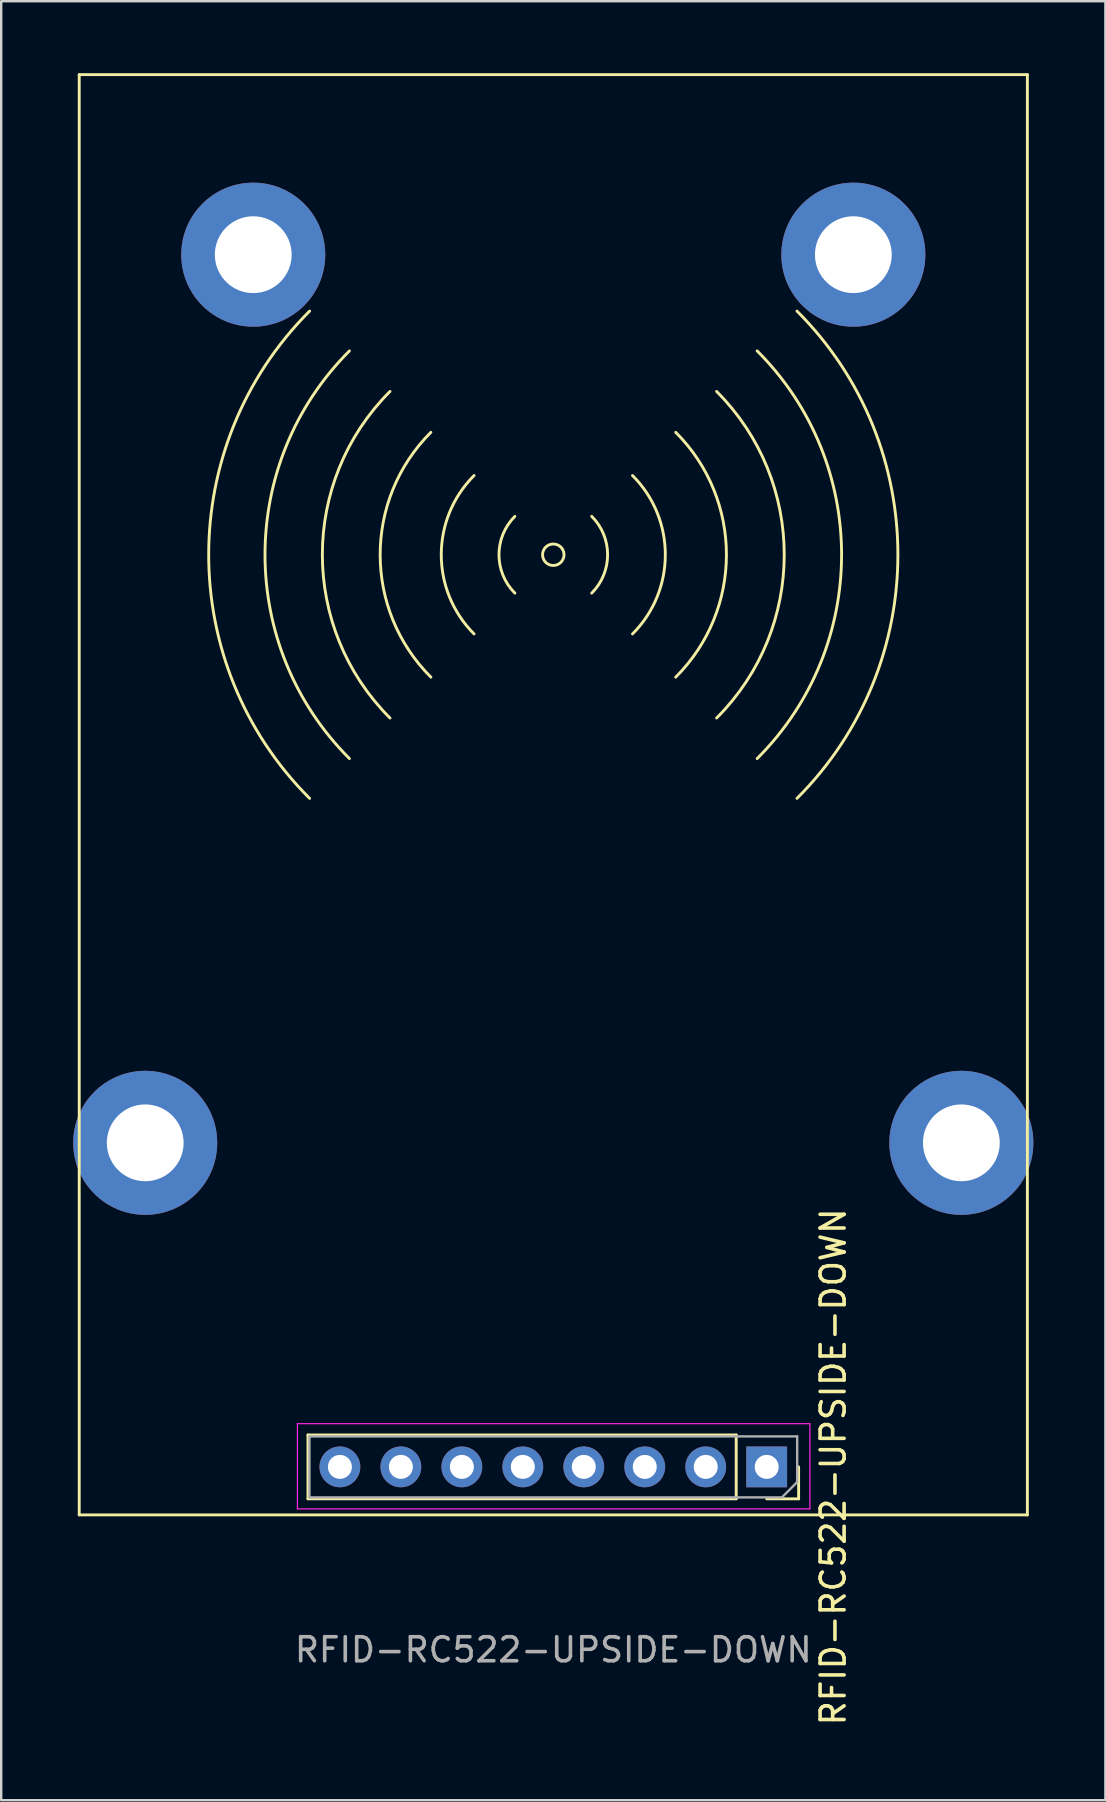
<source format=kicad_pcb>
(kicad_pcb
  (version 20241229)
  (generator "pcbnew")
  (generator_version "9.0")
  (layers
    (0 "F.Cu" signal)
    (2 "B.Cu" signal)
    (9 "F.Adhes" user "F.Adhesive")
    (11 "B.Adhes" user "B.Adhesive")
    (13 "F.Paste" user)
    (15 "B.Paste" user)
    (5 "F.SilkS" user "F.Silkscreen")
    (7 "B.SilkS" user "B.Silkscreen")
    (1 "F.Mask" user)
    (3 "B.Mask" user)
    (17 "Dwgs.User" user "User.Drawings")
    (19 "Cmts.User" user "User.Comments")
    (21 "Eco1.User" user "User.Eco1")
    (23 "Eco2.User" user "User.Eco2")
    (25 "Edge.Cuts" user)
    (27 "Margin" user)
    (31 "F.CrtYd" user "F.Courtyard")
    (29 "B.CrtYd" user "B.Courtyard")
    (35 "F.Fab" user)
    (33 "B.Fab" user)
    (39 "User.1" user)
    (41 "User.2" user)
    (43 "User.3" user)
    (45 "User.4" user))
  (footprint "RFID-RC522-UPSIDE-DOWN"
    (layer "F.Cu")
    (at 20 58.06)
    (property "Reference" "RFID-RC522-UPSIDE-DOWN" (at 11.66 0 270) (layer "F.SilkS") (effects (font (size 1 1) (thickness 0.15))))
    (attr through_hole)
    (fp_line (start -19.75 -58) (end 19.75 -58) (stroke (width 0.12) (type solid)) (layer "F.SilkS"))
    (fp_line (start -19.75 2) (end -19.75 -58) (stroke (width 0.12) (type solid)) (layer "F.SilkS"))
    (fp_line (start -19.75 2) (end 19.75 2) (stroke (width 0.12) (type solid)) (layer "F.SilkS"))
    (fp_line (start -10.22 -1.33) (end -10.22 1.33) (stroke (width 0.12) (type solid)) (layer "F.SilkS"))
    (fp_line (start 7.62 -1.33) (end -10.22 -1.33) (stroke (width 0.12) (type solid)) (layer "F.SilkS"))
    (fp_line (start 7.62 -1.33) (end 7.62 1.33) (stroke (width 0.12) (type solid)) (layer "F.SilkS"))
    (fp_line (start 7.62 1.33) (end -10.22 1.33) (stroke (width 0.12) (type solid)) (layer "F.SilkS"))
    (fp_line (start 10.22 0) (end 10.22 1.33) (stroke (width 0.12) (type solid)) (layer "F.SilkS"))
    (fp_line (start 10.22 1.33) (end 8.89 1.33) (stroke (width 0.12) (type solid)) (layer "F.SilkS"))
    (fp_line (start 19.75 2) (end 19.75 -58) (stroke (width 0.12) (type solid)) (layer "F.SilkS"))
    (fp_arc (start -10.151108 -27.848892) (mid -14.355835 -38) (end -10.151108 -48.151108) (stroke (width 0.12) (type solid)) (layer "F.SilkS"))
    (fp_arc (start -8.492643 -29.507357) (mid -12.010411 -38) (end -8.492643 -46.492643) (stroke (width 0.12) (type solid)) (layer "F.SilkS"))
    (fp_arc (start -6.802939 -31.197061) (mid -9.620809 -38) (end -6.802939 -44.802939) (stroke (width 0.12) (type solid)) (layer "F.SilkS"))
    (fp_arc (start -5.099999 -32.900001) (mid -7.212488 -38) (end -5.099999 -43.099999) (stroke (width 0.12) (type solid)) (layer "F.SilkS"))
    (fp_arc (start -3.299999 -34.700001) (mid -4.666903 -38) (end -3.299999 -41.299999) (stroke (width 0.12) (type solid)) (layer "F.SilkS"))
    (fp_arc (start -1.6 -36.4) (mid -2.262742 -38) (end -1.6 -39.6) (stroke (width 0.12) (type solid)) (layer "F.SilkS"))
    (fp_arc (start 1.6 -39.6) (mid 2.262742 -38) (end 1.6 -36.4) (stroke (width 0.12) (type solid)) (layer "F.SilkS"))
    (fp_arc (start 3.299999 -41.299999) (mid 4.666903 -38) (end 3.299999 -34.700001) (stroke (width 0.12) (type solid)) (layer "F.SilkS"))
    (fp_arc (start 5.099999 -43.099999) (mid 7.212488 -38) (end 5.099999 -32.900001) (stroke (width 0.12) (type solid)) (layer "F.SilkS"))
    (fp_arc (start 6.802939 -44.802939) (mid 9.620809 -38) (end 6.802939 -31.197061) (stroke (width 0.12) (type solid)) (layer "F.SilkS"))
    (fp_arc (start 8.492643 -46.492643) (mid 12.010411 -38) (end 8.492643 -29.507357) (stroke (width 0.12) (type solid)) (layer "F.SilkS"))
    (fp_arc (start 10.151108 -48.151108) (mid 14.355835 -38) (end 10.151108 -27.848892) (stroke (width 0.12) (type solid)) (layer "F.SilkS"))
    (fp_circle (center 0 -38) (end 0.447 -38) (stroke (width 0.12) (type solid)) (fill no) (layer "F.SilkS"))
    (fp_line (start -10.66 -1.8) (end 10.69 -1.8) (stroke (width 0.05) (type solid)) (layer "F.CrtYd"))
    (fp_line (start -10.66 1.75) (end -10.66 -1.8) (stroke (width 0.05) (type solid)) (layer "F.CrtYd"))
    (fp_line (start 10.69 -1.8) (end 10.69 1.75) (stroke (width 0.05) (type solid)) (layer "F.CrtYd"))
    (fp_line (start 10.69 1.75) (end -10.66 1.75) (stroke (width 0.05) (type solid)) (layer "F.CrtYd"))
    (fp_line (start -10.16 -1.27) (end 10.16 -1.27) (stroke (width 0.1) (type solid)) (layer "F.Fab"))
    (fp_line (start -10.16 1.27) (end -10.16 -1.27) (stroke (width 0.1) (type solid)) (layer "F.Fab"))
    (fp_line (start 9.525 1.27) (end -10.16 1.27) (stroke (width 0.1) (type solid)) (layer "F.Fab"))
    (fp_line (start 10.16 -1.27) (end 10.16 0.635) (stroke (width 0.1) (type solid)) (layer "F.Fab"))
    (fp_line (start 10.16 0.635) (end 9.525 1.27) (stroke (width 0.1) (type solid)) (layer "F.Fab"))
    (fp_text user "${REFERENCE}" (at 0 7.62 0) (layer "F.Fab") (effects (font (size 1 1) (thickness 0.15))))
    (pad "" thru_hole circle (at -17 -13.5) (size 6 6) (drill 3.2) (layers "*.Cu" "*.Mask"))
    (pad "" thru_hole circle (at -12.5 -50.5) (size 6 6) (drill 3.2) (layers "*.Cu" "*.Mask"))
    (pad "" thru_hole circle (at 12.5 -50.5) (size 6 6) (drill 3.2) (layers "*.Cu" "*.Mask"))
    (pad "" thru_hole circle (at 17 -13.5) (size 6 6) (drill 3.2) (layers "*.Cu" "*.Mask"))
    (pad "1" thru_hole rect (at 8.89 0 270) (size 1.7 1.7) (drill 1) (layers "*.Cu" "*.Mask"))
    (pad "2" thru_hole oval (at 6.35 0 270) (size 1.7 1.7) (drill 1) (layers "*.Cu" "*.Mask"))
    (pad "3" thru_hole oval (at 3.81 0 270) (size 1.7 1.7) (drill 1) (layers "*.Cu" "*.Mask"))
    (pad "4" thru_hole oval (at 1.27 0 270) (size 1.7 1.7) (drill 1) (layers "*.Cu" "*.Mask"))
    (pad "5" thru_hole oval (at -1.27 0 270) (size 1.7 1.7) (drill 1) (layers "*.Cu" "*.Mask"))
    (pad "6" thru_hole oval (at -3.81 0 270) (size 1.7 1.7) (drill 1) (layers "*.Cu" "*.Mask"))
    (pad "7" thru_hole oval (at -6.35 0 270) (size 1.7 1.7) (drill 1) (layers "*.Cu" "*.Mask"))
    (pad "8" thru_hole oval (at -8.89 0 270) (size 1.7 1.7) (drill 1) (layers "*.Cu" "*.Mask")))
  (gr_rect
    (start -3 -3)
    (end 43 71.947)
    (stroke (width 0.1) (type default))
    (fill no)
    (layer "Edge.Cuts")))
</source>
